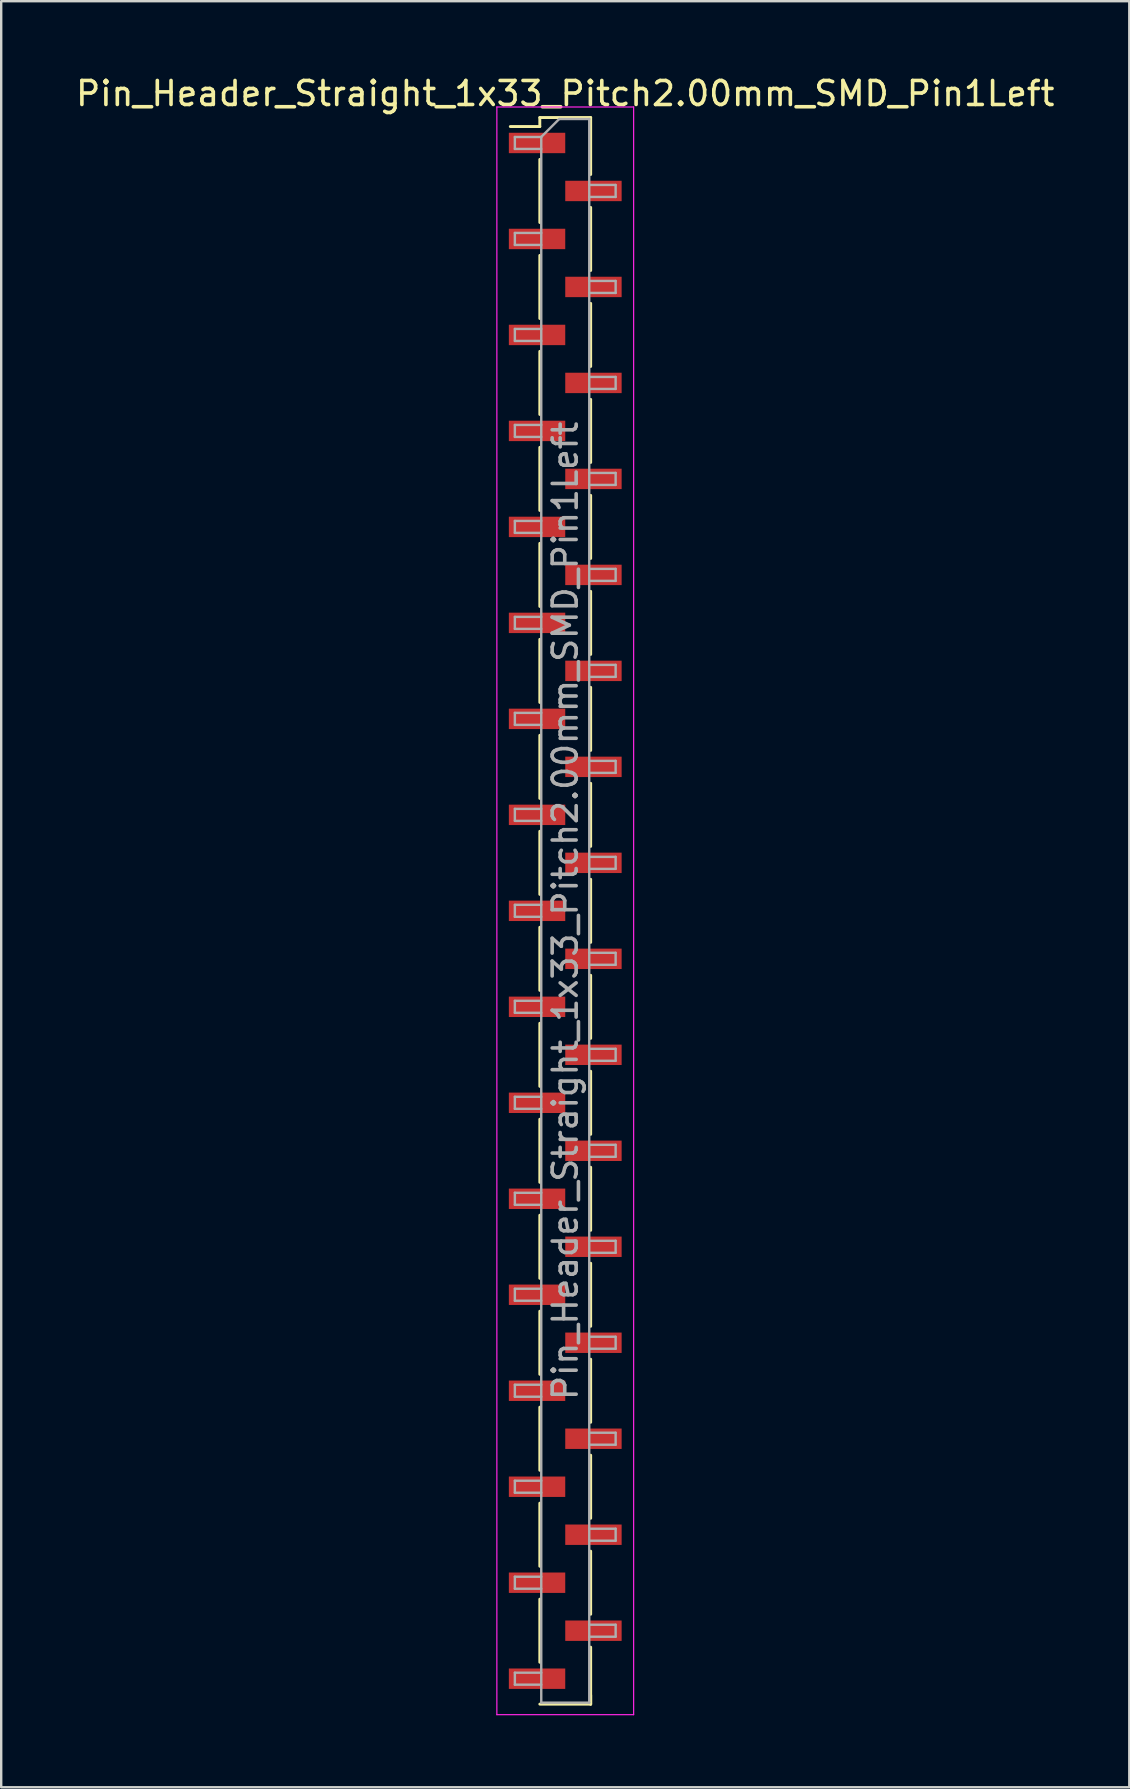
<source format=kicad_pcb>
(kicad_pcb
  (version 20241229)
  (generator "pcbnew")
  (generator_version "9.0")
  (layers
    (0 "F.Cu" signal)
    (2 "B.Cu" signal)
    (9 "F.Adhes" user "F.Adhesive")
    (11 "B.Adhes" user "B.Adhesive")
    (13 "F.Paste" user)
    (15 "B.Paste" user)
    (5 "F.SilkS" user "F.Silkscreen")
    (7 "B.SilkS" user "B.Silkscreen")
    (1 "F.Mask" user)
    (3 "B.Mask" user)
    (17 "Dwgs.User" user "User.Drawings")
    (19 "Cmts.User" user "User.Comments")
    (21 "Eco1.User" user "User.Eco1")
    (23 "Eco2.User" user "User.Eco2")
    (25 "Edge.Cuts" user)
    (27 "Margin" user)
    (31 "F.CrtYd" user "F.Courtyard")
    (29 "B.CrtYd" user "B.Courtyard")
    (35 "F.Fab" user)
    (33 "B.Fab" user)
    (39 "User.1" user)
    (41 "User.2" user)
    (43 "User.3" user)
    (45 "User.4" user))
  (footprint "Pin_Header_Straight_1x33_Pitch2.00mm_SMD_Pin1Left"
    (layer "F.Cu")
    (at 20.506 34.908)
    (property "Reference" "Pin_Header_Straight_1x33_Pitch2.00mm_SMD_Pin1Left" (at 0 -34.06 0) (layer "F.SilkS") (effects (font (size 1 1) (thickness 0.15))))
    (attr smd)
    (fp_line (start -1.06 -33.06) (end -1.06 -32.685) (stroke (width 0.12) (type solid)) (layer "F.SilkS"))
    (fp_line (start -1.06 -33.06) (end 1.06 -33.06) (stroke (width 0.12) (type solid)) (layer "F.SilkS"))
    (fp_line (start -1.06 -32.685) (end -2.29 -32.685) (stroke (width 0.12) (type solid)) (layer "F.SilkS"))
    (fp_line (start -1.06 -31.315) (end -1.06 -28.685) (stroke (width 0.12) (type solid)) (layer "F.SilkS"))
    (fp_line (start -1.06 -27.315) (end -1.06 -24.685) (stroke (width 0.12) (type solid)) (layer "F.SilkS"))
    (fp_line (start -1.06 -23.315) (end -1.06 -20.685) (stroke (width 0.12) (type solid)) (layer "F.SilkS"))
    (fp_line (start -1.06 -19.315) (end -1.06 -16.685) (stroke (width 0.12) (type solid)) (layer "F.SilkS"))
    (fp_line (start -1.06 -15.315) (end -1.06 -12.685) (stroke (width 0.12) (type solid)) (layer "F.SilkS"))
    (fp_line (start -1.06 -11.315) (end -1.06 -8.685) (stroke (width 0.12) (type solid)) (layer "F.SilkS"))
    (fp_line (start -1.06 -7.315) (end -1.06 -4.685) (stroke (width 0.12) (type solid)) (layer "F.SilkS"))
    (fp_line (start -1.06 -3.315) (end -1.06 -0.685) (stroke (width 0.12) (type solid)) (layer "F.SilkS"))
    (fp_line (start -1.06 0.685) (end -1.06 3.315) (stroke (width 0.12) (type solid)) (layer "F.SilkS"))
    (fp_line (start -1.06 4.685) (end -1.06 7.315) (stroke (width 0.12) (type solid)) (layer "F.SilkS"))
    (fp_line (start -1.06 8.685) (end -1.06 11.315) (stroke (width 0.12) (type solid)) (layer "F.SilkS"))
    (fp_line (start -1.06 12.685) (end -1.06 15.315) (stroke (width 0.12) (type solid)) (layer "F.SilkS"))
    (fp_line (start -1.06 16.685) (end -1.06 19.315) (stroke (width 0.12) (type solid)) (layer "F.SilkS"))
    (fp_line (start -1.06 20.685) (end -1.06 23.315) (stroke (width 0.12) (type solid)) (layer "F.SilkS"))
    (fp_line (start -1.06 24.685) (end -1.06 27.315) (stroke (width 0.12) (type solid)) (layer "F.SilkS"))
    (fp_line (start -1.06 28.685) (end -1.06 31.315) (stroke (width 0.12) (type solid)) (layer "F.SilkS"))
    (fp_line (start -1.06 33.06) (end 1.06 33.06) (stroke (width 0.12) (type solid)) (layer "F.SilkS"))
    (fp_line (start 1.06 -33.06) (end 1.06 -30.685) (stroke (width 0.12) (type solid)) (layer "F.SilkS"))
    (fp_line (start 1.06 -29.315) (end 1.06 -26.685) (stroke (width 0.12) (type solid)) (layer "F.SilkS"))
    (fp_line (start 1.06 -25.315) (end 1.06 -22.685) (stroke (width 0.12) (type solid)) (layer "F.SilkS"))
    (fp_line (start 1.06 -21.315) (end 1.06 -18.685) (stroke (width 0.12) (type solid)) (layer "F.SilkS"))
    (fp_line (start 1.06 -17.315) (end 1.06 -14.685) (stroke (width 0.12) (type solid)) (layer "F.SilkS"))
    (fp_line (start 1.06 -13.315) (end 1.06 -10.685) (stroke (width 0.12) (type solid)) (layer "F.SilkS"))
    (fp_line (start 1.06 -9.315) (end 1.06 -6.685) (stroke (width 0.12) (type solid)) (layer "F.SilkS"))
    (fp_line (start 1.06 -5.315) (end 1.06 -2.685) (stroke (width 0.12) (type solid)) (layer "F.SilkS"))
    (fp_line (start 1.06 -1.315) (end 1.06 1.315) (stroke (width 0.12) (type solid)) (layer "F.SilkS"))
    (fp_line (start 1.06 2.685) (end 1.06 5.315) (stroke (width 0.12) (type solid)) (layer "F.SilkS"))
    (fp_line (start 1.06 6.685) (end 1.06 9.315) (stroke (width 0.12) (type solid)) (layer "F.SilkS"))
    (fp_line (start 1.06 10.685) (end 1.06 13.315) (stroke (width 0.12) (type solid)) (layer "F.SilkS"))
    (fp_line (start 1.06 14.685) (end 1.06 17.315) (stroke (width 0.12) (type solid)) (layer "F.SilkS"))
    (fp_line (start 1.06 18.685) (end 1.06 21.315) (stroke (width 0.12) (type solid)) (layer "F.SilkS"))
    (fp_line (start 1.06 22.685) (end 1.06 25.315) (stroke (width 0.12) (type solid)) (layer "F.SilkS"))
    (fp_line (start 1.06 26.685) (end 1.06 29.315) (stroke (width 0.12) (type solid)) (layer "F.SilkS"))
    (fp_line (start 1.06 30.685) (end 1.06 33.06) (stroke (width 0.12) (type solid)) (layer "F.SilkS"))
    (fp_line (start 1.06 32.685) (end 1.06 33.06) (stroke (width 0.12) (type solid)) (layer "F.SilkS"))
    (fp_line (start -2.85 -33.5) (end -2.85 33.5) (stroke (width 0.05) (type solid)) (layer "F.CrtYd"))
    (fp_line (start -2.85 33.5) (end 2.85 33.5) (stroke (width 0.05) (type solid)) (layer "F.CrtYd"))
    (fp_line (start 2.85 -33.5) (end -2.85 -33.5) (stroke (width 0.05) (type solid)) (layer "F.CrtYd"))
    (fp_line (start 2.85 33.5) (end 2.85 -33.5) (stroke (width 0.05) (type solid)) (layer "F.CrtYd"))
    (fp_line (start -2.1 -32.25) (end -2.1 -31.75) (stroke (width 0.1) (type solid)) (layer "F.Fab"))
    (fp_line (start -2.1 -31.75) (end -1 -31.75) (stroke (width 0.1) (type solid)) (layer "F.Fab"))
    (fp_line (start -2.1 -28.25) (end -2.1 -27.75) (stroke (width 0.1) (type solid)) (layer "F.Fab"))
    (fp_line (start -2.1 -27.75) (end -1 -27.75) (stroke (width 0.1) (type solid)) (layer "F.Fab"))
    (fp_line (start -2.1 -24.25) (end -2.1 -23.75) (stroke (width 0.1) (type solid)) (layer "F.Fab"))
    (fp_line (start -2.1 -23.75) (end -1 -23.75) (stroke (width 0.1) (type solid)) (layer "F.Fab"))
    (fp_line (start -2.1 -20.25) (end -2.1 -19.75) (stroke (width 0.1) (type solid)) (layer "F.Fab"))
    (fp_line (start -2.1 -19.75) (end -1 -19.75) (stroke (width 0.1) (type solid)) (layer "F.Fab"))
    (fp_line (start -2.1 -16.25) (end -2.1 -15.75) (stroke (width 0.1) (type solid)) (layer "F.Fab"))
    (fp_line (start -2.1 -15.75) (end -1 -15.75) (stroke (width 0.1) (type solid)) (layer "F.Fab"))
    (fp_line (start -2.1 -12.25) (end -2.1 -11.75) (stroke (width 0.1) (type solid)) (layer "F.Fab"))
    (fp_line (start -2.1 -11.75) (end -1 -11.75) (stroke (width 0.1) (type solid)) (layer "F.Fab"))
    (fp_line (start -2.1 -8.25) (end -2.1 -7.75) (stroke (width 0.1) (type solid)) (layer "F.Fab"))
    (fp_line (start -2.1 -7.75) (end -1 -7.75) (stroke (width 0.1) (type solid)) (layer "F.Fab"))
    (fp_line (start -2.1 -4.25) (end -2.1 -3.75) (stroke (width 0.1) (type solid)) (layer "F.Fab"))
    (fp_line (start -2.1 -3.75) (end -1 -3.75) (stroke (width 0.1) (type solid)) (layer "F.Fab"))
    (fp_line (start -2.1 -0.25) (end -2.1 0.25) (stroke (width 0.1) (type solid)) (layer "F.Fab"))
    (fp_line (start -2.1 0.25) (end -1 0.25) (stroke (width 0.1) (type solid)) (layer "F.Fab"))
    (fp_line (start -2.1 3.75) (end -2.1 4.25) (stroke (width 0.1) (type solid)) (layer "F.Fab"))
    (fp_line (start -2.1 4.25) (end -1 4.25) (stroke (width 0.1) (type solid)) (layer "F.Fab"))
    (fp_line (start -2.1 7.75) (end -2.1 8.25) (stroke (width 0.1) (type solid)) (layer "F.Fab"))
    (fp_line (start -2.1 8.25) (end -1 8.25) (stroke (width 0.1) (type solid)) (layer "F.Fab"))
    (fp_line (start -2.1 11.75) (end -2.1 12.25) (stroke (width 0.1) (type solid)) (layer "F.Fab"))
    (fp_line (start -2.1 12.25) (end -1 12.25) (stroke (width 0.1) (type solid)) (layer "F.Fab"))
    (fp_line (start -2.1 15.75) (end -2.1 16.25) (stroke (width 0.1) (type solid)) (layer "F.Fab"))
    (fp_line (start -2.1 16.25) (end -1 16.25) (stroke (width 0.1) (type solid)) (layer "F.Fab"))
    (fp_line (start -2.1 19.75) (end -2.1 20.25) (stroke (width 0.1) (type solid)) (layer "F.Fab"))
    (fp_line (start -2.1 20.25) (end -1 20.25) (stroke (width 0.1) (type solid)) (layer "F.Fab"))
    (fp_line (start -2.1 23.75) (end -2.1 24.25) (stroke (width 0.1) (type solid)) (layer "F.Fab"))
    (fp_line (start -2.1 24.25) (end -1 24.25) (stroke (width 0.1) (type solid)) (layer "F.Fab"))
    (fp_line (start -2.1 27.75) (end -2.1 28.25) (stroke (width 0.1) (type solid)) (layer "F.Fab"))
    (fp_line (start -2.1 28.25) (end -1 28.25) (stroke (width 0.1) (type solid)) (layer "F.Fab"))
    (fp_line (start -2.1 31.75) (end -2.1 32.25) (stroke (width 0.1) (type solid)) (layer "F.Fab"))
    (fp_line (start -2.1 32.25) (end -1 32.25) (stroke (width 0.1) (type solid)) (layer "F.Fab"))
    (fp_line (start -1 -32.25) (end -2.1 -32.25) (stroke (width 0.1) (type solid)) (layer "F.Fab"))
    (fp_line (start -1 -32.25) (end -0.25 -33) (stroke (width 0.1) (type solid)) (layer "F.Fab"))
    (fp_line (start -1 -28.25) (end -2.1 -28.25) (stroke (width 0.1) (type solid)) (layer "F.Fab"))
    (fp_line (start -1 -24.25) (end -2.1 -24.25) (stroke (width 0.1) (type solid)) (layer "F.Fab"))
    (fp_line (start -1 -20.25) (end -2.1 -20.25) (stroke (width 0.1) (type solid)) (layer "F.Fab"))
    (fp_line (start -1 -16.25) (end -2.1 -16.25) (stroke (width 0.1) (type solid)) (layer "F.Fab"))
    (fp_line (start -1 -12.25) (end -2.1 -12.25) (stroke (width 0.1) (type solid)) (layer "F.Fab"))
    (fp_line (start -1 -8.25) (end -2.1 -8.25) (stroke (width 0.1) (type solid)) (layer "F.Fab"))
    (fp_line (start -1 -4.25) (end -2.1 -4.25) (stroke (width 0.1) (type solid)) (layer "F.Fab"))
    (fp_line (start -1 -0.25) (end -2.1 -0.25) (stroke (width 0.1) (type solid)) (layer "F.Fab"))
    (fp_line (start -1 3.75) (end -2.1 3.75) (stroke (width 0.1) (type solid)) (layer "F.Fab"))
    (fp_line (start -1 7.75) (end -2.1 7.75) (stroke (width 0.1) (type solid)) (layer "F.Fab"))
    (fp_line (start -1 11.75) (end -2.1 11.75) (stroke (width 0.1) (type solid)) (layer "F.Fab"))
    (fp_line (start -1 15.75) (end -2.1 15.75) (stroke (width 0.1) (type solid)) (layer "F.Fab"))
    (fp_line (start -1 19.75) (end -2.1 19.75) (stroke (width 0.1) (type solid)) (layer "F.Fab"))
    (fp_line (start -1 23.75) (end -2.1 23.75) (stroke (width 0.1) (type solid)) (layer "F.Fab"))
    (fp_line (start -1 27.75) (end -2.1 27.75) (stroke (width 0.1) (type solid)) (layer "F.Fab"))
    (fp_line (start -1 31.75) (end -2.1 31.75) (stroke (width 0.1) (type solid)) (layer "F.Fab"))
    (fp_line (start -1 33) (end -1 -32.25) (stroke (width 0.1) (type solid)) (layer "F.Fab"))
    (fp_line (start -0.25 -33) (end 1 -33) (stroke (width 0.1) (type solid)) (layer "F.Fab"))
    (fp_line (start 1 -33) (end 1 33) (stroke (width 0.1) (type solid)) (layer "F.Fab"))
    (fp_line (start 1 -30.25) (end 2.1 -30.25) (stroke (width 0.1) (type solid)) (layer "F.Fab"))
    (fp_line (start 1 -26.25) (end 2.1 -26.25) (stroke (width 0.1) (type solid)) (layer "F.Fab"))
    (fp_line (start 1 -22.25) (end 2.1 -22.25) (stroke (width 0.1) (type solid)) (layer "F.Fab"))
    (fp_line (start 1 -18.25) (end 2.1 -18.25) (stroke (width 0.1) (type solid)) (layer "F.Fab"))
    (fp_line (start 1 -14.25) (end 2.1 -14.25) (stroke (width 0.1) (type solid)) (layer "F.Fab"))
    (fp_line (start 1 -10.25) (end 2.1 -10.25) (stroke (width 0.1) (type solid)) (layer "F.Fab"))
    (fp_line (start 1 -6.25) (end 2.1 -6.25) (stroke (width 0.1) (type solid)) (layer "F.Fab"))
    (fp_line (start 1 -2.25) (end 2.1 -2.25) (stroke (width 0.1) (type solid)) (layer "F.Fab"))
    (fp_line (start 1 1.75) (end 2.1 1.75) (stroke (width 0.1) (type solid)) (layer "F.Fab"))
    (fp_line (start 1 5.75) (end 2.1 5.75) (stroke (width 0.1) (type solid)) (layer "F.Fab"))
    (fp_line (start 1 9.75) (end 2.1 9.75) (stroke (width 0.1) (type solid)) (layer "F.Fab"))
    (fp_line (start 1 13.75) (end 2.1 13.75) (stroke (width 0.1) (type solid)) (layer "F.Fab"))
    (fp_line (start 1 17.75) (end 2.1 17.75) (stroke (width 0.1) (type solid)) (layer "F.Fab"))
    (fp_line (start 1 21.75) (end 2.1 21.75) (stroke (width 0.1) (type solid)) (layer "F.Fab"))
    (fp_line (start 1 25.75) (end 2.1 25.75) (stroke (width 0.1) (type solid)) (layer "F.Fab"))
    (fp_line (start 1 29.75) (end 2.1 29.75) (stroke (width 0.1) (type solid)) (layer "F.Fab"))
    (fp_line (start 1 33) (end -1 33) (stroke (width 0.1) (type solid)) (layer "F.Fab"))
    (fp_line (start 2.1 -30.25) (end 2.1 -29.75) (stroke (width 0.1) (type solid)) (layer "F.Fab"))
    (fp_line (start 2.1 -29.75) (end 1 -29.75) (stroke (width 0.1) (type solid)) (layer "F.Fab"))
    (fp_line (start 2.1 -26.25) (end 2.1 -25.75) (stroke (width 0.1) (type solid)) (layer "F.Fab"))
    (fp_line (start 2.1 -25.75) (end 1 -25.75) (stroke (width 0.1) (type solid)) (layer "F.Fab"))
    (fp_line (start 2.1 -22.25) (end 2.1 -21.75) (stroke (width 0.1) (type solid)) (layer "F.Fab"))
    (fp_line (start 2.1 -21.75) (end 1 -21.75) (stroke (width 0.1) (type solid)) (layer "F.Fab"))
    (fp_line (start 2.1 -18.25) (end 2.1 -17.75) (stroke (width 0.1) (type solid)) (layer "F.Fab"))
    (fp_line (start 2.1 -17.75) (end 1 -17.75) (stroke (width 0.1) (type solid)) (layer "F.Fab"))
    (fp_line (start 2.1 -14.25) (end 2.1 -13.75) (stroke (width 0.1) (type solid)) (layer "F.Fab"))
    (fp_line (start 2.1 -13.75) (end 1 -13.75) (stroke (width 0.1) (type solid)) (layer "F.Fab"))
    (fp_line (start 2.1 -10.25) (end 2.1 -9.75) (stroke (width 0.1) (type solid)) (layer "F.Fab"))
    (fp_line (start 2.1 -9.75) (end 1 -9.75) (stroke (width 0.1) (type solid)) (layer "F.Fab"))
    (fp_line (start 2.1 -6.25) (end 2.1 -5.75) (stroke (width 0.1) (type solid)) (layer "F.Fab"))
    (fp_line (start 2.1 -5.75) (end 1 -5.75) (stroke (width 0.1) (type solid)) (layer "F.Fab"))
    (fp_line (start 2.1 -2.25) (end 2.1 -1.75) (stroke (width 0.1) (type solid)) (layer "F.Fab"))
    (fp_line (start 2.1 -1.75) (end 1 -1.75) (stroke (width 0.1) (type solid)) (layer "F.Fab"))
    (fp_line (start 2.1 1.75) (end 2.1 2.25) (stroke (width 0.1) (type solid)) (layer "F.Fab"))
    (fp_line (start 2.1 2.25) (end 1 2.25) (stroke (width 0.1) (type solid)) (layer "F.Fab"))
    (fp_line (start 2.1 5.75) (end 2.1 6.25) (stroke (width 0.1) (type solid)) (layer "F.Fab"))
    (fp_line (start 2.1 6.25) (end 1 6.25) (stroke (width 0.1) (type solid)) (layer "F.Fab"))
    (fp_line (start 2.1 9.75) (end 2.1 10.25) (stroke (width 0.1) (type solid)) (layer "F.Fab"))
    (fp_line (start 2.1 10.25) (end 1 10.25) (stroke (width 0.1) (type solid)) (layer "F.Fab"))
    (fp_line (start 2.1 13.75) (end 2.1 14.25) (stroke (width 0.1) (type solid)) (layer "F.Fab"))
    (fp_line (start 2.1 14.25) (end 1 14.25) (stroke (width 0.1) (type solid)) (layer "F.Fab"))
    (fp_line (start 2.1 17.75) (end 2.1 18.25) (stroke (width 0.1) (type solid)) (layer "F.Fab"))
    (fp_line (start 2.1 18.25) (end 1 18.25) (stroke (width 0.1) (type solid)) (layer "F.Fab"))
    (fp_line (start 2.1 21.75) (end 2.1 22.25) (stroke (width 0.1) (type solid)) (layer "F.Fab"))
    (fp_line (start 2.1 22.25) (end 1 22.25) (stroke (width 0.1) (type solid)) (layer "F.Fab"))
    (fp_line (start 2.1 25.75) (end 2.1 26.25) (stroke (width 0.1) (type solid)) (layer "F.Fab"))
    (fp_line (start 2.1 26.25) (end 1 26.25) (stroke (width 0.1) (type solid)) (layer "F.Fab"))
    (fp_line (start 2.1 29.75) (end 2.1 30.25) (stroke (width 0.1) (type solid)) (layer "F.Fab"))
    (fp_line (start 2.1 30.25) (end 1 30.25) (stroke (width 0.1) (type solid)) (layer "F.Fab"))
    (fp_text user "${REFERENCE}" (at 0 0 90) (layer "F.Fab") (effects (font (size 1 1) (thickness 0.15))))
    (pad "1" smd rect (at -1.175 -32) (size 2.35 0.85) (layers "F.Cu" "F.Mask" "F.Paste"))
    (pad "2" smd rect (at 1.175 -30) (size 2.35 0.85) (layers "F.Cu" "F.Mask" "F.Paste"))
    (pad "3" smd rect (at -1.175 -28) (size 2.35 0.85) (layers "F.Cu" "F.Mask" "F.Paste"))
    (pad "4" smd rect (at 1.175 -26) (size 2.35 0.85) (layers "F.Cu" "F.Mask" "F.Paste"))
    (pad "5" smd rect (at -1.175 -24) (size 2.35 0.85) (layers "F.Cu" "F.Mask" "F.Paste"))
    (pad "6" smd rect (at 1.175 -22) (size 2.35 0.85) (layers "F.Cu" "F.Mask" "F.Paste"))
    (pad "7" smd rect (at -1.175 -20) (size 2.35 0.85) (layers "F.Cu" "F.Mask" "F.Paste"))
    (pad "8" smd rect (at 1.175 -18) (size 2.35 0.85) (layers "F.Cu" "F.Mask" "F.Paste"))
    (pad "9" smd rect (at -1.175 -16) (size 2.35 0.85) (layers "F.Cu" "F.Mask" "F.Paste"))
    (pad "10" smd rect (at 1.175 -14) (size 2.35 0.85) (layers "F.Cu" "F.Mask" "F.Paste"))
    (pad "11" smd rect (at -1.175 -12) (size 2.35 0.85) (layers "F.Cu" "F.Mask" "F.Paste"))
    (pad "12" smd rect (at 1.175 -10) (size 2.35 0.85) (layers "F.Cu" "F.Mask" "F.Paste"))
    (pad "13" smd rect (at -1.175 -8) (size 2.35 0.85) (layers "F.Cu" "F.Mask" "F.Paste"))
    (pad "14" smd rect (at 1.175 -6) (size 2.35 0.85) (layers "F.Cu" "F.Mask" "F.Paste"))
    (pad "15" smd rect (at -1.175 -4) (size 2.35 0.85) (layers "F.Cu" "F.Mask" "F.Paste"))
    (pad "16" smd rect (at 1.175 -2) (size 2.35 0.85) (layers "F.Cu" "F.Mask" "F.Paste"))
    (pad "17" smd rect (at -1.175 0) (size 2.35 0.85) (layers "F.Cu" "F.Mask" "F.Paste"))
    (pad "18" smd rect (at 1.175 2) (size 2.35 0.85) (layers "F.Cu" "F.Mask" "F.Paste"))
    (pad "19" smd rect (at -1.175 4) (size 2.35 0.85) (layers "F.Cu" "F.Mask" "F.Paste"))
    (pad "20" smd rect (at 1.175 6) (size 2.35 0.85) (layers "F.Cu" "F.Mask" "F.Paste"))
    (pad "21" smd rect (at -1.175 8) (size 2.35 0.85) (layers "F.Cu" "F.Mask" "F.Paste"))
    (pad "22" smd rect (at 1.175 10) (size 2.35 0.85) (layers "F.Cu" "F.Mask" "F.Paste"))
    (pad "23" smd rect (at -1.175 12) (size 2.35 0.85) (layers "F.Cu" "F.Mask" "F.Paste"))
    (pad "24" smd rect (at 1.175 14) (size 2.35 0.85) (layers "F.Cu" "F.Mask" "F.Paste"))
    (pad "25" smd rect (at -1.175 16) (size 2.35 0.85) (layers "F.Cu" "F.Mask" "F.Paste"))
    (pad "26" smd rect (at 1.175 18) (size 2.35 0.85) (layers "F.Cu" "F.Mask" "F.Paste"))
    (pad "27" smd rect (at -1.175 20) (size 2.35 0.85) (layers "F.Cu" "F.Mask" "F.Paste"))
    (pad "28" smd rect (at 1.175 22) (size 2.35 0.85) (layers "F.Cu" "F.Mask" "F.Paste"))
    (pad "29" smd rect (at -1.175 24) (size 2.35 0.85) (layers "F.Cu" "F.Mask" "F.Paste"))
    (pad "30" smd rect (at 1.175 26) (size 2.35 0.85) (layers "F.Cu" "F.Mask" "F.Paste"))
    (pad "31" smd rect (at -1.175 28) (size 2.35 0.85) (layers "F.Cu" "F.Mask" "F.Paste"))
    (pad "32" smd rect (at 1.175 30) (size 2.35 0.85) (layers "F.Cu" "F.Mask" "F.Paste"))
    (pad "33" smd rect (at -1.175 32) (size 2.35 0.85) (layers "F.Cu" "F.Mask" "F.Paste")))
  (gr_rect
    (start -3 -3)
    (end 44.012 71.433)
    (stroke (width 0.1) (type default))
    (fill no)
    (layer "Edge.Cuts")))
</source>
